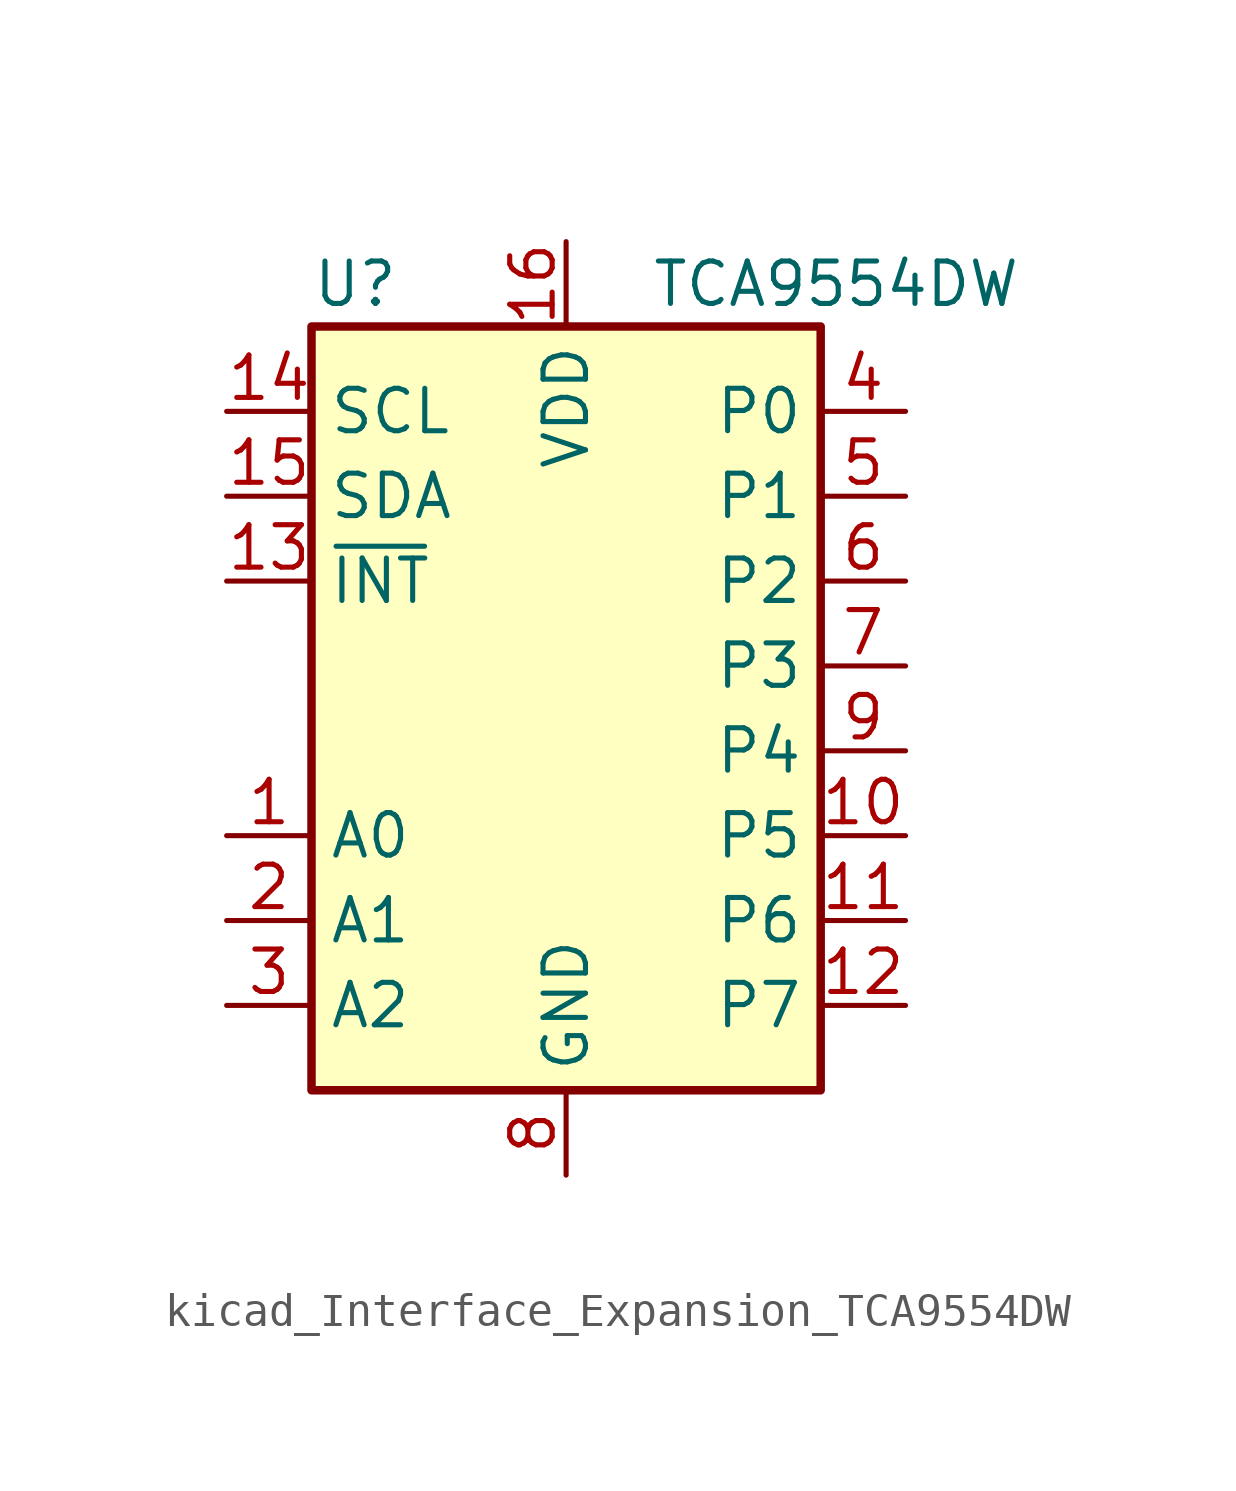
<source format=kicad_sym>
(kicad_symbol_lib
  (version 20220914)
  (generator kicad_symbol_editor)
  (symbol "kicad_Interface_Expansion_TCA9554DW"
    (property "Reference" "U"
      (at -7.62 11.43 0)
      (effects (font (size 1.27 1.27)) (justify left)))
    (property "Value" "TCA9554DW"
      (at 2.54 11.43 0)
      (effects (font (size 1.27 1.27)) (justify left)))
    (symbol "kicad_Interface_Expansion_TCA9554DW_0_1"
      (rectangle (start -7.62 -12.7) (end 7.62 10.16) (stroke (width 0.254) (type default)) (fill (type background))))
    (symbol "kicad_Interface_Expansion_TCA9554DW_1_1"
      (pin input line (at -10.16 -5.08 0) (length 2.54) (name "A0" (effects (font (size 1.27 1.27)))) (number "1" (effects (font (size 1.27 1.27)))))
      (pin bidirectional line (at 10.16 -5.08 180) (length 2.54) (name "P5" (effects (font (size 1.27 1.27)))) (number "10" (effects (font (size 1.27 1.27)))))
      (pin bidirectional line (at 10.16 -7.62 180) (length 2.54) (name "P6" (effects (font (size 1.27 1.27)))) (number "11" (effects (font (size 1.27 1.27)))))
      (pin bidirectional line (at 10.16 -10.16 180) (length 2.54) (name "P7" (effects (font (size 1.27 1.27)))) (number "12" (effects (font (size 1.27 1.27)))))
      (pin open_collector line (at -10.16 2.54 0) (length 2.54) (name "~{INT}" (effects (font (size 1.27 1.27)))) (number "13" (effects (font (size 1.27 1.27)))))
      (pin input line (at -10.16 7.62 0) (length 2.54) (name "SCL" (effects (font (size 1.27 1.27)))) (number "14" (effects (font (size 1.27 1.27)))))
      (pin bidirectional line (at -10.16 5.08 0) (length 2.54) (name "SDA" (effects (font (size 1.27 1.27)))) (number "15" (effects (font (size 1.27 1.27)))))
      (pin power_in line (at 0 12.7 270) (length 2.54) (name "VDD" (effects (font (size 1.27 1.27)))) (number "16" (effects (font (size 1.27 1.27)))))
      (pin input line (at -10.16 -7.62 0) (length 2.54) (name "A1" (effects (font (size 1.27 1.27)))) (number "2" (effects (font (size 1.27 1.27)))))
      (pin input line (at -10.16 -10.16 0) (length 2.54) (name "A2" (effects (font (size 1.27 1.27)))) (number "3" (effects (font (size 1.27 1.27)))))
      (pin bidirectional line (at 10.16 7.62 180) (length 2.54) (name "P0" (effects (font (size 1.27 1.27)))) (number "4" (effects (font (size 1.27 1.27)))))
      (pin bidirectional line (at 10.16 5.08 180) (length 2.54) (name "P1" (effects (font (size 1.27 1.27)))) (number "5" (effects (font (size 1.27 1.27)))))
      (pin bidirectional line (at 10.16 2.54 180) (length 2.54) (name "P2" (effects (font (size 1.27 1.27)))) (number "6" (effects (font (size 1.27 1.27)))))
      (pin bidirectional line (at 10.16 0 180) (length 2.54) (name "P3" (effects (font (size 1.27 1.27)))) (number "7" (effects (font (size 1.27 1.27)))))
      (pin power_in line (at 0 -15.24 90) (length 2.54) (name "GND" (effects (font (size 1.27 1.27)))) (number "8" (effects (font (size 1.27 1.27)))))
      (pin bidirectional line (at 10.16 -2.54 180) (length 2.54) (name "P4" (effects (font (size 1.27 1.27)))) (number "9" (effects (font (size 1.27 1.27))))))))
</source>
